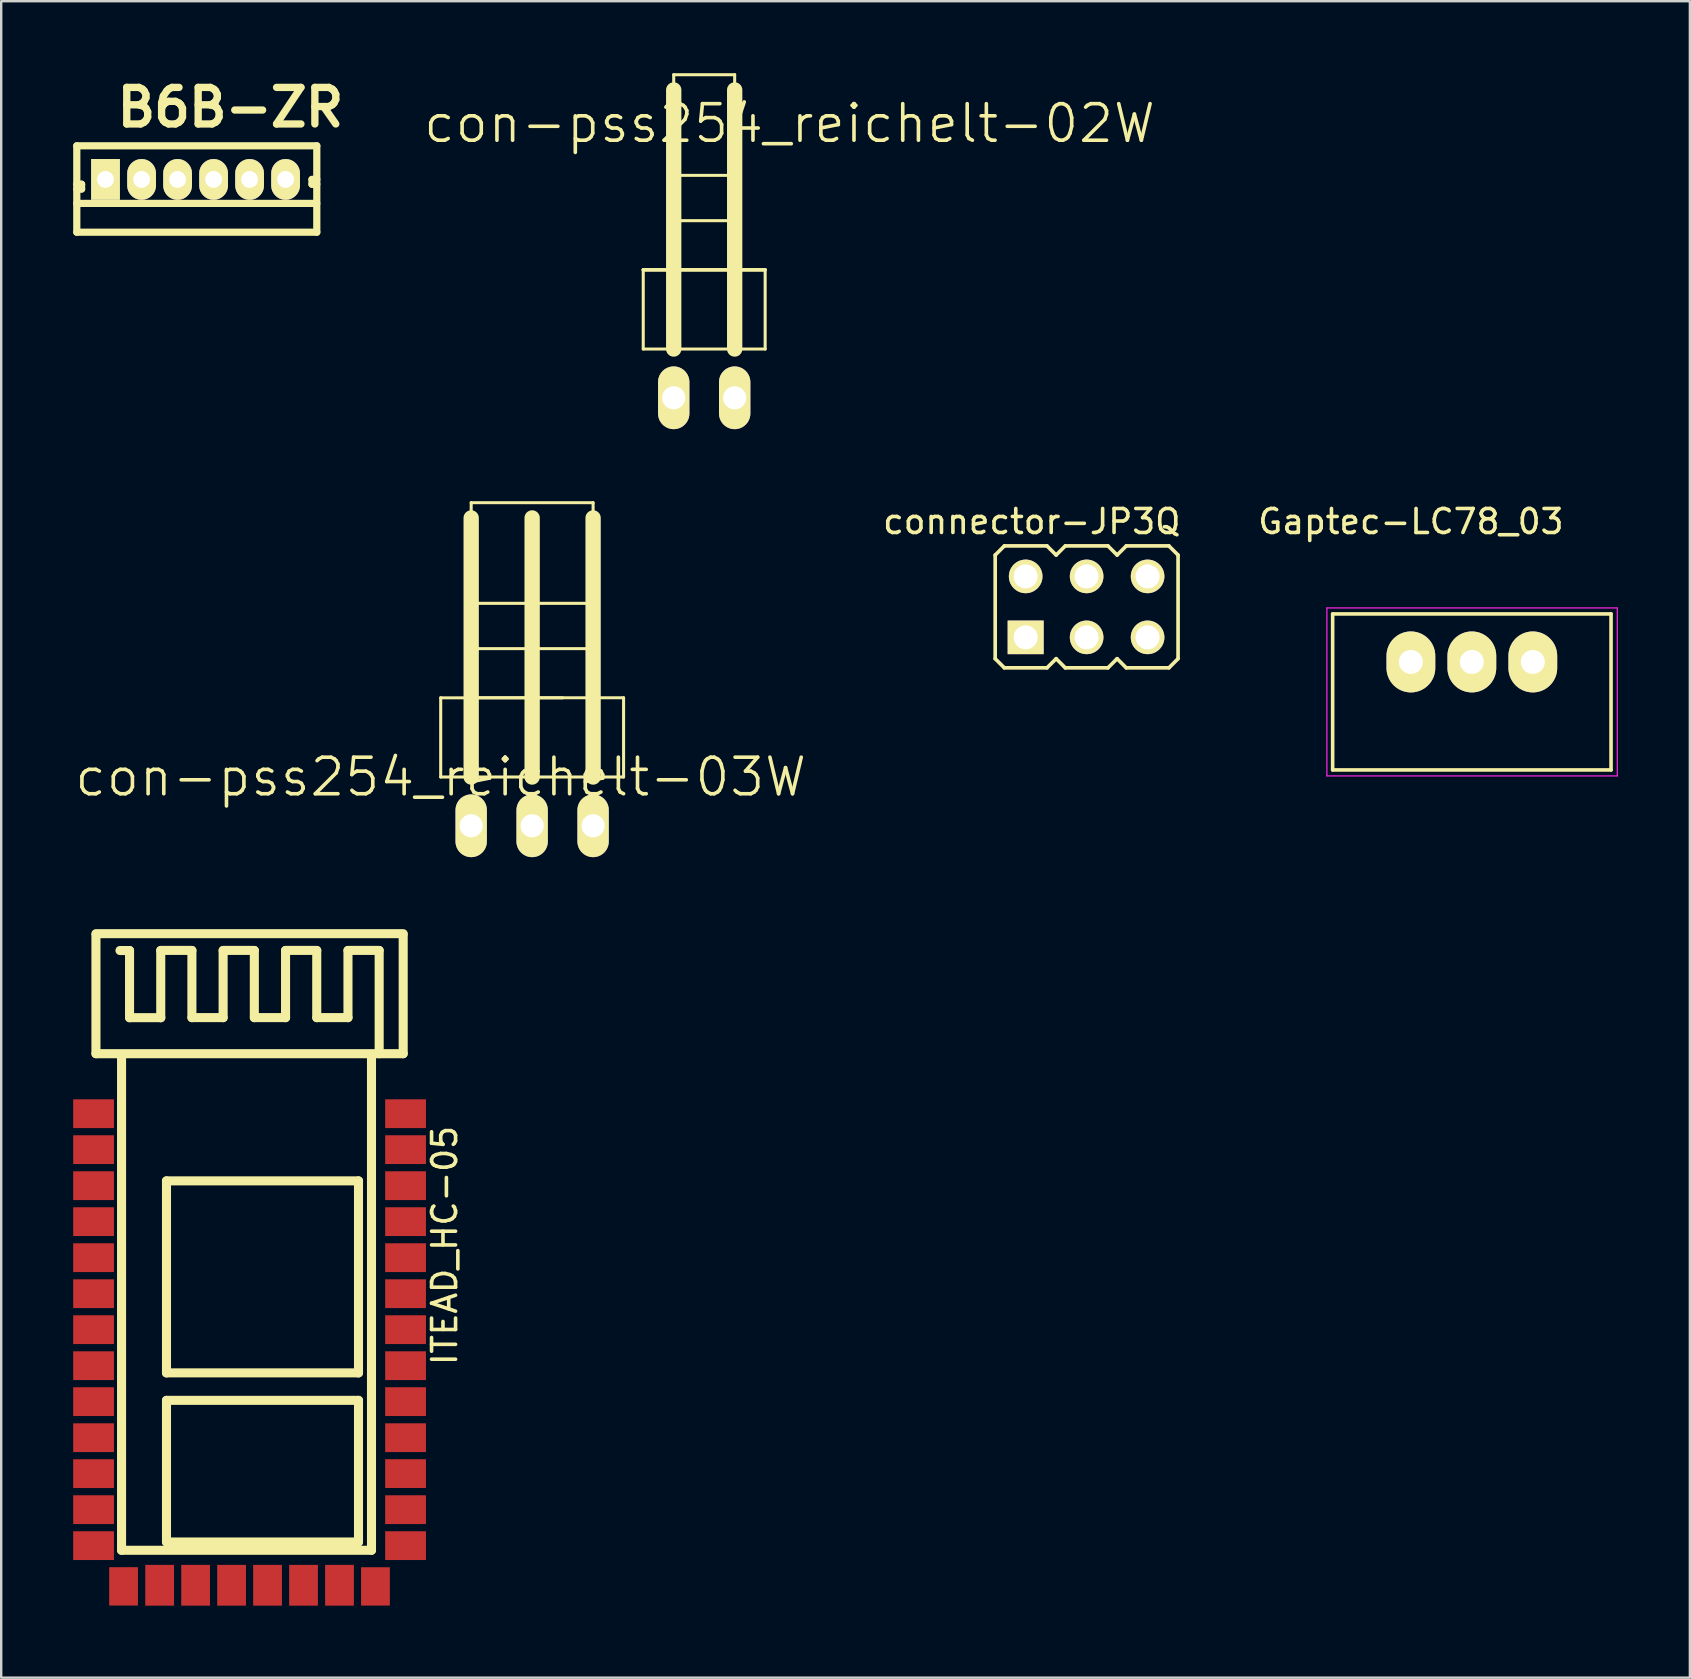
<source format=kicad_pcb>
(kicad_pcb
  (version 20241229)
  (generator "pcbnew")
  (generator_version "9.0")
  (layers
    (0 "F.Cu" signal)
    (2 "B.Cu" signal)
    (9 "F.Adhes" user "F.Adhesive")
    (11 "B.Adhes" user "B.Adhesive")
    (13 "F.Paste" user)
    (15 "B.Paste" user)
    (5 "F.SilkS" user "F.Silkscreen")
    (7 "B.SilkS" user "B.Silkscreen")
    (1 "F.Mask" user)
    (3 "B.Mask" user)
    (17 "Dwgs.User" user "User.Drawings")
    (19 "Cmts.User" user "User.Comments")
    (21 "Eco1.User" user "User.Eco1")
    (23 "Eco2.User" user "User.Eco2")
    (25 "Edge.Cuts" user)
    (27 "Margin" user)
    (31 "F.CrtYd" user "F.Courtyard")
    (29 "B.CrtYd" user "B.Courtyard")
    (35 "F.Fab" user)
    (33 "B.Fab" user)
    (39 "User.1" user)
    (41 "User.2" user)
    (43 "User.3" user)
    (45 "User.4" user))
  (footprint "ITEAD_HC-05"
    (layer "F.Cu")
    (at 7.349 49.354)
    (property "Reference" "ITEAD_HC-05" (at 8.128 -0.508 90) (layer "F.SilkS") (effects (font (size 1 1) (thickness 0.15))))
    (attr through_hole)
    (fp_line (start -6.401 -13.5) (end 6.401 -13.5) (stroke (width 0.378) (type solid)) (layer "F.SilkS"))
    (fp_line (start -6.401 -13.462) (end -6.401 -8.499) (stroke (width 0.378) (type solid)) (layer "F.SilkS"))
    (fp_line (start -5.334 12.192) (end -5.334 -8.382) (stroke (width 0.378) (type solid)) (layer "F.SilkS"))
    (fp_line (start -5.001 -12.799) (end -5.4 -12.799) (stroke (width 0.378) (type solid)) (layer "F.SilkS"))
    (fp_line (start -5.001 -12.797) (end -5.001 -9.997) (stroke (width 0.378) (type solid)) (layer "F.SilkS"))
    (fp_line (start -3.701 -12.797) (end -3.701 -9.997) (stroke (width 0.378) (type solid)) (layer "F.SilkS"))
    (fp_line (start -3.698 -10) (end -4.999 -10) (stroke (width 0.378) (type solid)) (layer "F.SilkS"))
    (fp_line (start -3.462 -3.2) (end 4.539 -3.2) (stroke (width 0.378) (type solid)) (layer "F.SilkS"))
    (fp_line (start -3.462 4.801) (end -3.462 -3.2) (stroke (width 0.378) (type solid)) (layer "F.SilkS"))
    (fp_line (start -3.462 5.944) (end 4.539 5.944) (stroke (width 0.378) (type solid)) (layer "F.SilkS"))
    (fp_line (start -3.462 11.847) (end -3.462 5.946) (stroke (width 0.378) (type solid)) (layer "F.SilkS"))
    (fp_line (start -2.403 -12.802) (end -3.703 -12.802) (stroke (width 0.378) (type solid)) (layer "F.SilkS"))
    (fp_line (start -2.403 -12.799) (end -2.403 -10) (stroke (width 0.378) (type solid)) (layer "F.SilkS"))
    (fp_line (start -1.102 -12.799) (end -1.102 -10) (stroke (width 0.378) (type solid)) (layer "F.SilkS"))
    (fp_line (start -1.1 -10.003) (end -2.4 -10.003) (stroke (width 0.378) (type solid)) (layer "F.SilkS"))
    (fp_line (start 0.198 -12.802) (end -1.102 -12.802) (stroke (width 0.378) (type solid)) (layer "F.SilkS"))
    (fp_line (start 0.198 -12.799) (end 0.198 -10) (stroke (width 0.378) (type solid)) (layer "F.SilkS"))
    (fp_line (start 1.499 -12.799) (end 1.499 -10) (stroke (width 0.378) (type solid)) (layer "F.SilkS"))
    (fp_line (start 1.501 -10.003) (end 0.201 -10.003) (stroke (width 0.378) (type solid)) (layer "F.SilkS"))
    (fp_line (start 2.799 -12.802) (end 1.499 -12.802) (stroke (width 0.378) (type solid)) (layer "F.SilkS"))
    (fp_line (start 2.799 -12.799) (end 2.799 -10) (stroke (width 0.378) (type solid)) (layer "F.SilkS"))
    (fp_line (start 4.1 -12.799) (end 4.1 -10) (stroke (width 0.378) (type solid)) (layer "F.SilkS"))
    (fp_line (start 4.102 -10.003) (end 2.802 -10.003) (stroke (width 0.378) (type solid)) (layer "F.SilkS"))
    (fp_line (start 4.539 -3.2) (end 4.539 4.801) (stroke (width 0.378) (type solid)) (layer "F.SilkS"))
    (fp_line (start 4.539 4.801) (end -3.462 4.801) (stroke (width 0.378) (type solid)) (layer "F.SilkS"))
    (fp_line (start 4.539 5.946) (end 4.539 11.847) (stroke (width 0.378) (type solid)) (layer "F.SilkS"))
    (fp_line (start 4.539 11.847) (end -3.462 11.847) (stroke (width 0.378) (type solid)) (layer "F.SilkS"))
    (fp_line (start 5.08 -8.382) (end 5.08 12.192) (stroke (width 0.378) (type solid)) (layer "F.SilkS"))
    (fp_line (start 5.08 12.192) (end -5.334 12.192) (stroke (width 0.378) (type solid)) (layer "F.SilkS"))
    (fp_line (start 5.4 -12.802) (end 4.1 -12.802) (stroke (width 0.378) (type solid)) (layer "F.SilkS"))
    (fp_line (start 5.4 -12.799) (end 5.4 -8.499) (stroke (width 0.378) (type solid)) (layer "F.SilkS"))
    (fp_line (start 6.401 -13.462) (end 6.401 -8.499) (stroke (width 0.378) (type solid)) (layer "F.SilkS"))
    (fp_line (start 6.401 -8.499) (end -6.401 -8.499) (stroke (width 0.378) (type solid)) (layer "F.SilkS"))
    (pad "1" smd rect (at -6.5 -5.999) (size 1.699 1.199) (layers "F.Cu" "F.Mask" "F.Paste"))
    (pad "2" smd rect (at -6.5 -4.501) (size 1.699 1.199) (layers "F.Cu" "F.Mask" "F.Paste"))
    (pad "3" smd rect (at -6.5 -3) (size 1.699 1.199) (layers "F.Cu" "F.Mask" "F.Paste"))
    (pad "4" smd rect (at -6.5 -1.501) (size 1.699 1.199) (layers "F.Cu" "F.Mask" "F.Paste"))
    (pad "5" smd rect (at -6.5 0) (size 1.699 1.199) (layers "F.Cu" "F.Mask" "F.Paste"))
    (pad "6" smd rect (at -6.5 1.501) (size 1.699 1.199) (layers "F.Cu" "F.Mask" "F.Paste"))
    (pad "7" smd rect (at -6.5 3) (size 1.699 1.199) (layers "F.Cu" "F.Mask" "F.Paste"))
    (pad "8" smd rect (at -6.5 4.501) (size 1.699 1.199) (layers "F.Cu" "F.Mask" "F.Paste"))
    (pad "9" smd rect (at -6.5 5.999) (size 1.699 1.199) (layers "F.Cu" "F.Mask" "F.Paste"))
    (pad "10" smd rect (at -6.5 7.501) (size 1.699 1.199) (layers "F.Cu" "F.Mask" "F.Paste"))
    (pad "11" smd rect (at -6.5 8.999) (size 1.699 1.199) (layers "F.Cu" "F.Mask" "F.Paste"))
    (pad "12" smd rect (at -6.5 10.5) (size 1.699 1.199) (layers "F.Cu" "F.Mask" "F.Paste"))
    (pad "13" smd rect (at -6.5 11.999) (size 1.699 1.199) (layers "F.Cu" "F.Mask" "F.Paste"))
    (pad "14" smd rect (at -5.25 13.696) (size 1.199 1.598) (layers "F.Cu" "F.Mask" "F.Paste"))
    (pad "15" smd rect (at -3.747 13.65) (size 1.199 1.699) (layers "F.Cu" "F.Mask" "F.Paste"))
    (pad "16" smd rect (at -2.248 13.65) (size 1.199 1.699) (layers "F.Cu" "F.Mask" "F.Paste"))
    (pad "17" smd rect (at -0.749 13.65) (size 1.199 1.699) (layers "F.Cu" "F.Mask" "F.Paste"))
    (pad "18" smd rect (at 0.749 13.65) (size 1.199 1.699) (layers "F.Cu" "F.Mask" "F.Paste"))
    (pad "19" smd rect (at 2.248 13.65) (size 1.199 1.699) (layers "F.Cu" "F.Mask" "F.Paste"))
    (pad "20" smd rect (at 3.747 13.65) (size 1.199 1.699) (layers "F.Cu" "F.Mask" "F.Paste"))
    (pad "21" smd rect (at 5.245 13.698) (size 1.199 1.598) (layers "F.Cu" "F.Mask" "F.Paste"))
    (pad "22" smd rect (at 6.5 11.999) (size 1.699 1.199) (layers "F.Cu" "F.Mask" "F.Paste"))
    (pad "23" smd rect (at 6.5 10.5) (size 1.699 1.199) (layers "F.Cu" "F.Mask" "F.Paste"))
    (pad "24" smd rect (at 6.5 8.997) (size 1.699 1.199) (layers "F.Cu" "F.Mask" "F.Paste"))
    (pad "25" smd rect (at 6.5 7.501) (size 1.699 1.199) (layers "F.Cu" "F.Mask" "F.Paste"))
    (pad "26" smd rect (at 6.5 5.999) (size 1.699 1.199) (layers "F.Cu" "F.Mask" "F.Paste"))
    (pad "27" smd rect (at 6.5 4.501) (size 1.699 1.199) (layers "F.Cu" "F.Mask" "F.Paste"))
    (pad "28" smd rect (at 6.5 3) (size 1.699 1.199) (layers "F.Cu" "F.Mask" "F.Paste"))
    (pad "29" smd rect (at 6.5 1.501) (size 1.699 1.199) (layers "F.Cu" "F.Mask" "F.Paste"))
    (pad "30" smd rect (at 6.5 0) (size 1.699 1.199) (layers "F.Cu" "F.Mask" "F.Paste"))
    (pad "31" smd rect (at 6.5 -1.501) (size 1.699 1.199) (layers "F.Cu" "F.Mask" "F.Paste"))
    (pad "32" smd rect (at 6.5 -3) (size 1.699 1.199) (layers "F.Cu" "F.Mask" "F.Paste"))
    (pad "33" smd rect (at 6.5 -4.501) (size 1.699 1.199) (layers "F.Cu" "F.Mask" "F.Paste"))
    (pad "34" smd rect (at 6.5 -5.999) (size 1.699 1.199) (layers "F.Cu" "F.Mask" "F.Paste")))
  (footprint "con-pss254_reichelt-03W"
    (layer "F.Cu")
    (at 15.313 29.326)
    (property "Reference" "con-pss254_reichelt-03W" (at 0 0 0) (layer "F.SilkS") (effects (font (size 1.524 1.524) (thickness 0.15))))
    (attr exclude_from_pos_files exclude_from_bom)
    (fp_line (start 0 -3.302) (end 0 0) (stroke (width 0.127) (type solid)) (layer "F.SilkS"))
    (fp_line (start 0 -3.299) (end 5.08 -3.299) (stroke (width 0.127) (type solid)) (layer "F.SilkS"))
    (fp_line (start 0 0) (end 7.62 0) (stroke (width 0.127) (type solid)) (layer "F.SilkS"))
    (fp_line (start 1.27 -11.43) (end 6.35 -11.43) (stroke (width 0.127) (type solid)) (layer "F.SilkS"))
    (fp_line (start 1.27 -7.236) (end 1.27 -11.43) (stroke (width 0.127) (type solid)) (layer "F.SilkS"))
    (fp_line (start 1.27 -5.349) (end 6.35 -5.349) (stroke (width 0.127) (type solid)) (layer "F.SilkS"))
    (fp_line (start 1.27 -5.334) (end 1.27 -5.349) (stroke (width 0.15) (type solid)) (layer "F.SilkS"))
    (fp_line (start 1.27 -3.302) (end 7.62 -3.302) (stroke (width 0.127) (type solid)) (layer "F.SilkS"))
    (fp_line (start 1.27 0) (end 1.27 -10.795) (stroke (width 0.638) (type solid)) (layer "F.SilkS"))
    (fp_line (start 3.81 0) (end 3.81 -10.795) (stroke (width 0.638) (type solid)) (layer "F.SilkS"))
    (fp_line (start 6.35 -11.43) (end 6.35 -10.16) (stroke (width 0.127) (type solid)) (layer "F.SilkS"))
    (fp_line (start 6.35 -7.236) (end 1.27 -7.236) (stroke (width 0.127) (type solid)) (layer "F.SilkS"))
    (fp_line (start 6.35 0) (end 6.35 -10.795) (stroke (width 0.638) (type solid)) (layer "F.SilkS"))
    (fp_line (start 7.62 0) (end 7.62 -3.302) (stroke (width 0.127) (type solid)) (layer "F.SilkS"))
    (pad "P$1" thru_hole oval (at 1.27 2.032) (size 1.306 2.614) (drill 0.965) (layers "*.Cu" "*.Mask" "F.SilkS"))
    (pad "P$2" thru_hole oval (at 3.81 2.032) (size 1.306 2.614) (drill 0.965) (layers "*.Cu" "*.Mask" "F.SilkS"))
    (pad "P$3" thru_hole oval (at 6.35 2.032) (size 1.306 2.614) (drill 0.965) (layers "*.Cu" "*.Mask" "F.SilkS")))
  (footprint "connector-JP3Q"
    (layer "F.Cu")
    (at 42.227 22.237)
    (property "Reference" "connector-JP3Q" (at -2.286 -3.556 0) (layer "F.SilkS") (effects (font (size 1 1) (thickness 0.15))))
    (attr exclude_from_pos_files exclude_from_bom)
    (fp_line (start -3.81 -2.159) (end -3.429 -2.54) (stroke (width 0.152) (type solid)) (layer "F.SilkS"))
    (fp_line (start -3.81 2.159) (end -3.81 -2.159) (stroke (width 0.152) (type solid)) (layer "F.SilkS"))
    (fp_line (start -3.81 2.159) (end -3.429 2.54) (stroke (width 0.152) (type solid)) (layer "F.SilkS"))
    (fp_line (start -3.429 -2.54) (end -1.651 -2.54) (stroke (width 0.152) (type solid)) (layer "F.SilkS"))
    (fp_line (start -3.429 2.54) (end -1.651 2.54) (stroke (width 0.152) (type solid)) (layer "F.SilkS"))
    (fp_line (start -1.651 -2.54) (end -1.27 -2.159) (stroke (width 0.152) (type solid)) (layer "F.SilkS"))
    (fp_line (start -1.27 -2.159) (end -0.889 -2.54) (stroke (width 0.152) (type solid)) (layer "F.SilkS"))
    (fp_line (start -1.27 2.159) (end -1.651 2.54) (stroke (width 0.152) (type solid)) (layer "F.SilkS"))
    (fp_line (start -1.27 2.159) (end -0.889 2.54) (stroke (width 0.152) (type solid)) (layer "F.SilkS"))
    (fp_line (start -0.889 -2.54) (end 0.889 -2.54) (stroke (width 0.152) (type solid)) (layer "F.SilkS"))
    (fp_line (start 0.889 2.54) (end -0.889 2.54) (stroke (width 0.152) (type solid)) (layer "F.SilkS"))
    (fp_line (start 1.27 -2.159) (end 0.889 -2.54) (stroke (width 0.152) (type solid)) (layer "F.SilkS"))
    (fp_line (start 1.27 -2.159) (end 1.651 -2.54) (stroke (width 0.152) (type solid)) (layer "F.SilkS"))
    (fp_line (start 1.27 2.159) (end 0.889 2.54) (stroke (width 0.152) (type solid)) (layer "F.SilkS"))
    (fp_line (start 1.27 2.159) (end 1.651 2.54) (stroke (width 0.152) (type solid)) (layer "F.SilkS"))
    (fp_line (start 1.651 -2.54) (end 3.429 -2.54) (stroke (width 0.152) (type solid)) (layer "F.SilkS"))
    (fp_line (start 3.429 2.54) (end 1.651 2.54) (stroke (width 0.152) (type solid)) (layer "F.SilkS"))
    (fp_line (start 3.429 2.54) (end 3.81 2.159) (stroke (width 0.152) (type solid)) (layer "F.SilkS"))
    (fp_line (start 3.81 -2.159) (end 3.429 -2.54) (stroke (width 0.152) (type solid)) (layer "F.SilkS"))
    (fp_line (start 3.81 -2.159) (end 3.81 2.159) (stroke (width 0.152) (type solid)) (layer "F.SilkS"))
    (pad "1A" thru_hole rect (at -2.54 1.27) (size 1.5 1.4) (drill 1) (layers "*.Cu" "*.Mask" "F.SilkS"))
    (pad "1B" thru_hole circle (at -2.54 -1.27) (size 1.4 1.4) (drill 1) (layers "*.Cu" "*.Mask" "F.SilkS"))
    (pad "2A" thru_hole circle (at 0 1.27) (size 1.4 1.4) (drill 1) (layers "*.Cu" "*.Mask" "F.SilkS"))
    (pad "2B" thru_hole circle (at 0 -1.27) (size 1.4 1.4) (drill 1) (layers "*.Cu" "*.Mask" "F.SilkS"))
    (pad "3A" thru_hole circle (at 2.54 1.27) (size 1.4 1.4) (drill 1) (layers "*.Cu" "*.Mask" "F.SilkS"))
    (pad "3B" thru_hole circle (at 2.54 -1.27) (size 1.4 1.4) (drill 1) (layers "*.Cu" "*.Mask" "F.SilkS")))
  (footprint "con-pss254_reichelt-02W"
    (layer "F.Cu")
    (at 23.752 11.493)
    (property "Reference" "con-pss254_reichelt-02W" (at 6.096 -9.398 0) (layer "F.SilkS") (effects (font (size 1.524 1.524) (thickness 0.15))))
    (attr exclude_from_pos_files exclude_from_bom)
    (fp_line (start 0 -3.302) (end 0 0) (stroke (width 0.127) (type solid)) (layer "F.SilkS"))
    (fp_line (start 0 -3.302) (end 1.27 -3.302) (stroke (width 0.127) (type solid)) (layer "F.SilkS"))
    (fp_line (start 0 -3.299) (end 5.08 -3.299) (stroke (width 0.15) (type solid)) (layer "F.SilkS"))
    (fp_line (start 0 0) (end 5.08 0) (stroke (width 0.127) (type solid)) (layer "F.SilkS"))
    (fp_line (start 1.27 -11.43) (end 3.81 -11.43) (stroke (width 0.127) (type solid)) (layer "F.SilkS"))
    (fp_line (start 1.27 -7.236) (end 1.27 -11.43) (stroke (width 0.127) (type solid)) (layer "F.SilkS"))
    (fp_line (start 1.27 -5.349) (end 3.81 -5.349) (stroke (width 0.127) (type solid)) (layer "F.SilkS"))
    (fp_line (start 1.27 -3.302) (end 3.81 -3.302) (stroke (width 0.127) (type solid)) (layer "F.SilkS"))
    (fp_line (start 1.27 0) (end 1.27 -10.795) (stroke (width 0.638) (type solid)) (layer "F.SilkS"))
    (fp_line (start 3.81 -11.43) (end 3.81 -5.334) (stroke (width 0.127) (type solid)) (layer "F.SilkS"))
    (fp_line (start 3.81 -7.236) (end 1.27 -7.236) (stroke (width 0.127) (type solid)) (layer "F.SilkS"))
    (fp_line (start 3.81 -3.302) (end 5.08 -3.302) (stroke (width 0.127) (type solid)) (layer "F.SilkS"))
    (fp_line (start 3.81 0) (end 3.81 -10.795) (stroke (width 0.638) (type solid)) (layer "F.SilkS"))
    (fp_line (start 5.08 0) (end 5.08 -3.302) (stroke (width 0.127) (type solid)) (layer "F.SilkS"))
    (pad "P$1" thru_hole oval (at 1.27 2.032) (size 1.306 2.614) (drill 0.965) (layers "*.Cu" "*.Mask" "F.SilkS"))
    (pad "P$2" thru_hole oval (at 3.81 2.032) (size 1.306 2.614) (drill 0.965) (layers "*.Cu" "*.Mask" "F.SilkS")))
  (footprint "Gaptec-LC78_03"
    (layer "F.Cu")
    (at 55.738 24.531)
    (property "Reference" "Gaptec-LC78_03" (at 0 -5.85 0) (layer "F.SilkS") (effects (font (size 1 1) (thickness 0.15))))
    (attr through_hole)
    (fp_line (start -3.26 -2) (end 8.34 -2) (stroke (width 0.15) (type solid)) (layer "F.SilkS"))
    (fp_line (start -3.26 4.5) (end -3.26 -2) (stroke (width 0.15) (type solid)) (layer "F.SilkS"))
    (fp_line (start 8.34 -2) (end 8.34 4.5) (stroke (width 0.15) (type solid)) (layer "F.SilkS"))
    (fp_line (start 8.34 4.5) (end -3.26 4.5) (stroke (width 0.15) (type solid)) (layer "F.SilkS"))
    (fp_line (start -3.5 -2.25) (end -3.5 4.75) (stroke (width 0.05) (type solid)) (layer "F.CrtYd"))
    (fp_line (start -3.5 -2.25) (end 8.6 -2.25) (stroke (width 0.05) (type solid)) (layer "F.CrtYd"))
    (fp_line (start -3.5 4.75) (end 8.6 4.75) (stroke (width 0.05) (type solid)) (layer "F.CrtYd"))
    (fp_line (start 8.6 -2.25) (end 8.6 4.75) (stroke (width 0.05) (type solid)) (layer "F.CrtYd"))
    (pad "1" thru_hole oval (at 5.08 0) (size 2.032 2.54) (drill 1) (layers "*.Cu" "*.Mask" "F.SilkS"))
    (pad "2" thru_hole oval (at 2.54 0) (size 2.032 2.54) (drill 1) (layers "*.Cu" "*.Mask" "F.SilkS"))
    (pad "3" thru_hole oval (at 0 0) (size 2.032 2.54) (drill 1) (layers "*.Cu" "*.Mask" "F.SilkS")))
  (footprint "B6B-ZR"
    (layer "F.Cu")
    (at 5.106 4.426)
    (property "Reference" "B6B-ZR" (at 1.444 -3 0) (layer "F.SilkS") (effects (font (size 1.524 1.524) (thickness 0.305))))
    (attr through_hole)
    (fp_line (start -4.956 -1.4) (end 5.044 -1.4) (stroke (width 0.3) (type solid)) (layer "F.SilkS"))
    (fp_line (start -4.956 0.2) (end -4.756 0.2) (stroke (width 0.3) (type solid)) (layer "F.SilkS"))
    (fp_line (start -4.956 1) (end 5.044 1) (stroke (width 0.3) (type solid)) (layer "F.SilkS"))
    (fp_line (start -4.956 2.2) (end -4.956 -1.4) (stroke (width 0.3) (type solid)) (layer "F.SilkS"))
    (fp_line (start -4.756 0.2) (end -4.756 0.4) (stroke (width 0.3) (type solid)) (layer "F.SilkS"))
    (fp_line (start -4.756 0.4) (end -4.956 0.4) (stroke (width 0.3) (type solid)) (layer "F.SilkS"))
    (fp_line (start 4.844 0) (end 4.844 0.2) (stroke (width 0.3) (type solid)) (layer "F.SilkS"))
    (fp_line (start 4.844 0.2) (end 5.044 0.2) (stroke (width 0.3) (type solid)) (layer "F.SilkS"))
    (fp_line (start 5.044 -1.4) (end 5.044 2.2) (stroke (width 0.3) (type solid)) (layer "F.SilkS"))
    (fp_line (start 5.044 0) (end 4.844 0) (stroke (width 0.3) (type solid)) (layer "F.SilkS"))
    (fp_line (start 5.044 2.2) (end -4.956 2.2) (stroke (width 0.3) (type solid)) (layer "F.SilkS"))
    (pad "1" thru_hole rect (at -3.76 0) (size 1.199 1.699) (drill 0.701) (layers "*.Cu" "*.Mask" "F.SilkS"))
    (pad "2" thru_hole oval (at -2.256 0) (size 1.199 1.699) (drill 0.701) (layers "*.Cu" "*.Mask" "F.SilkS"))
    (pad "3" thru_hole oval (at -0.756 0) (size 1.199 1.699) (drill 0.701) (layers "*.Cu" "*.Mask" "F.SilkS"))
    (pad "4" thru_hole oval (at 0.744 0) (size 1.199 1.699) (drill 0.701) (layers "*.Cu" "*.Mask" "F.SilkS"))
    (pad "5" thru_hole oval (at 2.244 0) (size 1.199 1.699) (drill 0.701) (layers "*.Cu" "*.Mask" "F.SilkS"))
    (pad "6" thru_hole oval (at 3.744 0) (size 1.199 1.699) (drill 0.701) (layers "*.Cu" "*.Mask" "F.SilkS")))
  (gr_rect
    (start -3 -3)
    (end 67.363 66.854)
    (stroke (width 0.1) (type default))
    (fill no)
    (layer "Edge.Cuts")))
</source>
